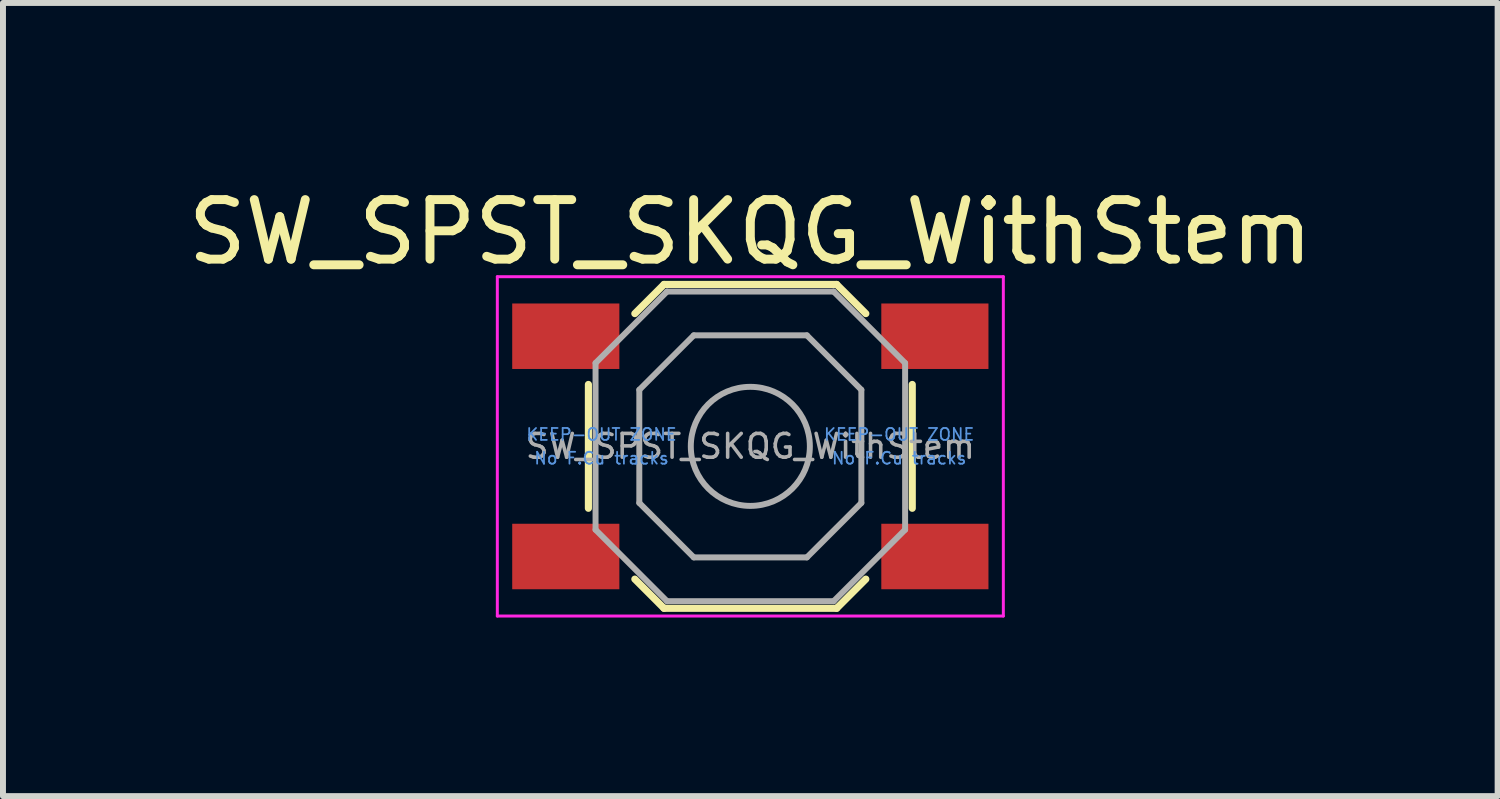
<source format=kicad_pcb>
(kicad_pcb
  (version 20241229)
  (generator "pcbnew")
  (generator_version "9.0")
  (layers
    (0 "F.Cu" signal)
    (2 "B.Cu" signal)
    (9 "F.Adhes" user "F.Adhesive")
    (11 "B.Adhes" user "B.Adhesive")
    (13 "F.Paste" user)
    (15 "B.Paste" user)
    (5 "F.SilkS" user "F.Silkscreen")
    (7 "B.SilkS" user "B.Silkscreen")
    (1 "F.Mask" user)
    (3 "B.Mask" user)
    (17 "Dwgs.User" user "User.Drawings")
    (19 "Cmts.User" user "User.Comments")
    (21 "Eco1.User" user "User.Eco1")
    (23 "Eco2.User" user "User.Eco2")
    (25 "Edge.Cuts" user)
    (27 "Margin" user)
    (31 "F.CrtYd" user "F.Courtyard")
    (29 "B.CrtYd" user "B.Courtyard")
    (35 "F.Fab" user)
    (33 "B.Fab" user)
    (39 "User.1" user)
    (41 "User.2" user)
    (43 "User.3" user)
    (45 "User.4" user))
  (footprint "SW_SPST_SKQG_WithStem"
    (layer "F.Cu")
    (at 9.554 4.448)
    (property "Reference" "SW_SPST_SKQG_WithStem" (at 0 -3.6 0) (layer "F.SilkS") (effects (font (size 1 1) (thickness 0.15))))
    (attr smd)
    (fp_line (start -2.72 1.04) (end -2.72 -1.04) (stroke (width 0.12) (type solid)) (layer "F.SilkS"))
    (fp_line (start -1.45 -2.72) (end -1.94 -2.23) (stroke (width 0.12) (type solid)) (layer "F.SilkS"))
    (fp_line (start -1.45 -2.72) (end 1.45 -2.72) (stroke (width 0.12) (type solid)) (layer "F.SilkS"))
    (fp_line (start -1.45 2.72) (end -1.94 2.23) (stroke (width 0.12) (type solid)) (layer "F.SilkS"))
    (fp_line (start -1.45 2.72) (end 1.45 2.72) (stroke (width 0.12) (type solid)) (layer "F.SilkS"))
    (fp_line (start 1.45 -2.72) (end 1.94 -2.23) (stroke (width 0.12) (type solid)) (layer "F.SilkS"))
    (fp_line (start 1.45 2.72) (end 1.94 2.23) (stroke (width 0.12) (type solid)) (layer "F.SilkS"))
    (fp_line (start 2.72 1.04) (end 2.72 -1.04) (stroke (width 0.12) (type solid)) (layer "F.SilkS"))
    (fp_line (start -4.25 -2.85) (end -4.25 2.85) (stroke (width 0.05) (type solid)) (layer "F.CrtYd"))
    (fp_line (start -4.25 2.85) (end 4.25 2.85) (stroke (width 0.05) (type solid)) (layer "F.CrtYd"))
    (fp_line (start 4.25 -2.85) (end -4.25 -2.85) (stroke (width 0.05) (type solid)) (layer "F.CrtYd"))
    (fp_line (start 4.25 2.85) (end 4.25 -2.85) (stroke (width 0.05) (type solid)) (layer "F.CrtYd"))
    (fp_line (start -2.6 -1.4) (end -1.4 -2.6) (stroke (width 0.1) (type solid)) (layer "F.Fab"))
    (fp_line (start -2.6 1.4) (end -2.6 -1.4) (stroke (width 0.1) (type solid)) (layer "F.Fab"))
    (fp_line (start -1.865 0.95) (end -1.865 -0.95) (stroke (width 0.1) (type solid)) (layer "F.Fab"))
    (fp_line (start -1.4 -2.6) (end 1.4 -2.6) (stroke (width 0.1) (type solid)) (layer "F.Fab"))
    (fp_line (start -1.4 2.6) (end -2.6 1.4) (stroke (width 0.1) (type solid)) (layer "F.Fab"))
    (fp_line (start -0.95 -1.865) (end -1.865 -0.95) (stroke (width 0.1) (type solid)) (layer "F.Fab"))
    (fp_line (start -0.95 -1.865) (end 0.95 -1.865) (stroke (width 0.1) (type solid)) (layer "F.Fab"))
    (fp_line (start -0.95 1.865) (end -1.865 0.95) (stroke (width 0.1) (type solid)) (layer "F.Fab"))
    (fp_line (start 0.95 -1.865) (end 1.865 -0.95) (stroke (width 0.1) (type solid)) (layer "F.Fab"))
    (fp_line (start 0.95 1.865) (end -0.95 1.865) (stroke (width 0.1) (type solid)) (layer "F.Fab"))
    (fp_line (start 0.95 1.865) (end 1.865 0.95) (stroke (width 0.1) (type solid)) (layer "F.Fab"))
    (fp_line (start 1.4 -2.6) (end 2.6 -1.4) (stroke (width 0.1) (type solid)) (layer "F.Fab"))
    (fp_line (start 1.4 2.6) (end -1.4 2.6) (stroke (width 0.1) (type solid)) (layer "F.Fab"))
    (fp_line (start 1.865 -0.95) (end 1.865 0.95) (stroke (width 0.1) (type solid)) (layer "F.Fab"))
    (fp_line (start 2.6 -1.4) (end 2.6 1.4) (stroke (width 0.1) (type solid)) (layer "F.Fab"))
    (fp_line (start 2.6 1.4) (end 1.4 2.6) (stroke (width 0.1) (type solid)) (layer "F.Fab"))
    (fp_circle (center 0 0) (end 1 0) (stroke (width 0.1) (type solid)) (fill no) (layer "F.Fab"))
    (fp_text user "KEEP-OUT ZONE" (at -2.5 -0.2 0) (layer "Cmts.User") (effects (font (size 0.2 0.2) (thickness 0.03))))
    (fp_text user "No F.Cu tracks" (at -2.5 0.2 0) (layer "Cmts.User") (effects (font (size 0.2 0.2) (thickness 0.03))))
    (fp_text user "KEEP-OUT ZONE" (at 2.5 -0.2 0) (layer "Cmts.User") (effects (font (size 0.2 0.2) (thickness 0.03))))
    (fp_text user "No F.Cu tracks" (at 2.5 0.2 0) (layer "Cmts.User") (effects (font (size 0.2 0.2) (thickness 0.03))))
    (fp_text user "${REFERENCE}" (at 0 0 0) (layer "F.Fab") (effects (font (size 0.4 0.4) (thickness 0.06))))
    (pad "1" smd rect (at -3.1 -1.85) (size 1.8 1.1) (layers "F.Cu" "F.Mask" "F.Paste"))
    (pad "1" smd rect (at 3.1 -1.85) (size 1.8 1.1) (layers "F.Cu" "F.Mask" "F.Paste"))
    (pad "2" smd rect (at -3.1 1.85) (size 1.8 1.1) (layers "F.Cu" "F.Mask" "F.Paste"))
    (pad "2" smd rect (at 3.1 1.85) (size 1.8 1.1) (layers "F.Cu" "F.Mask" "F.Paste"))
    (zone (net_name "") (layer "F.Cu") (hatch full 0.508) (connect_pads) (min_thickness 0.254) (filled_areas_thickness no) (keepout (tracks not_allowed) (vias not_allowed) (pads not_allowed) (copperpour not_allowed) (footprints not_allowed)) (placement (enabled no)) (fill) (polygon (pts (xy 5.554 3.148) (xy 8.554 3.148) (xy 8.554 5.748) (xy 5.554 5.748))))
    (zone (net_name "") (layer "F.Cu") (hatch full 0.508) (connect_pads) (min_thickness 0.254) (filled_areas_thickness no) (keepout (tracks not_allowed) (vias not_allowed) (pads not_allowed) (copperpour not_allowed) (footprints not_allowed)) (placement (enabled no)) (fill) (polygon (pts (xy 10.554 3.148) (xy 13.554 3.148) (xy 13.554 5.748) (xy 10.554 5.748)))))
  (gr_rect
    (start -3 -3)
    (end 22.107 10.323)
    (stroke (width 0.1) (type default))
    (fill no)
    (layer "Edge.Cuts")))
</source>
